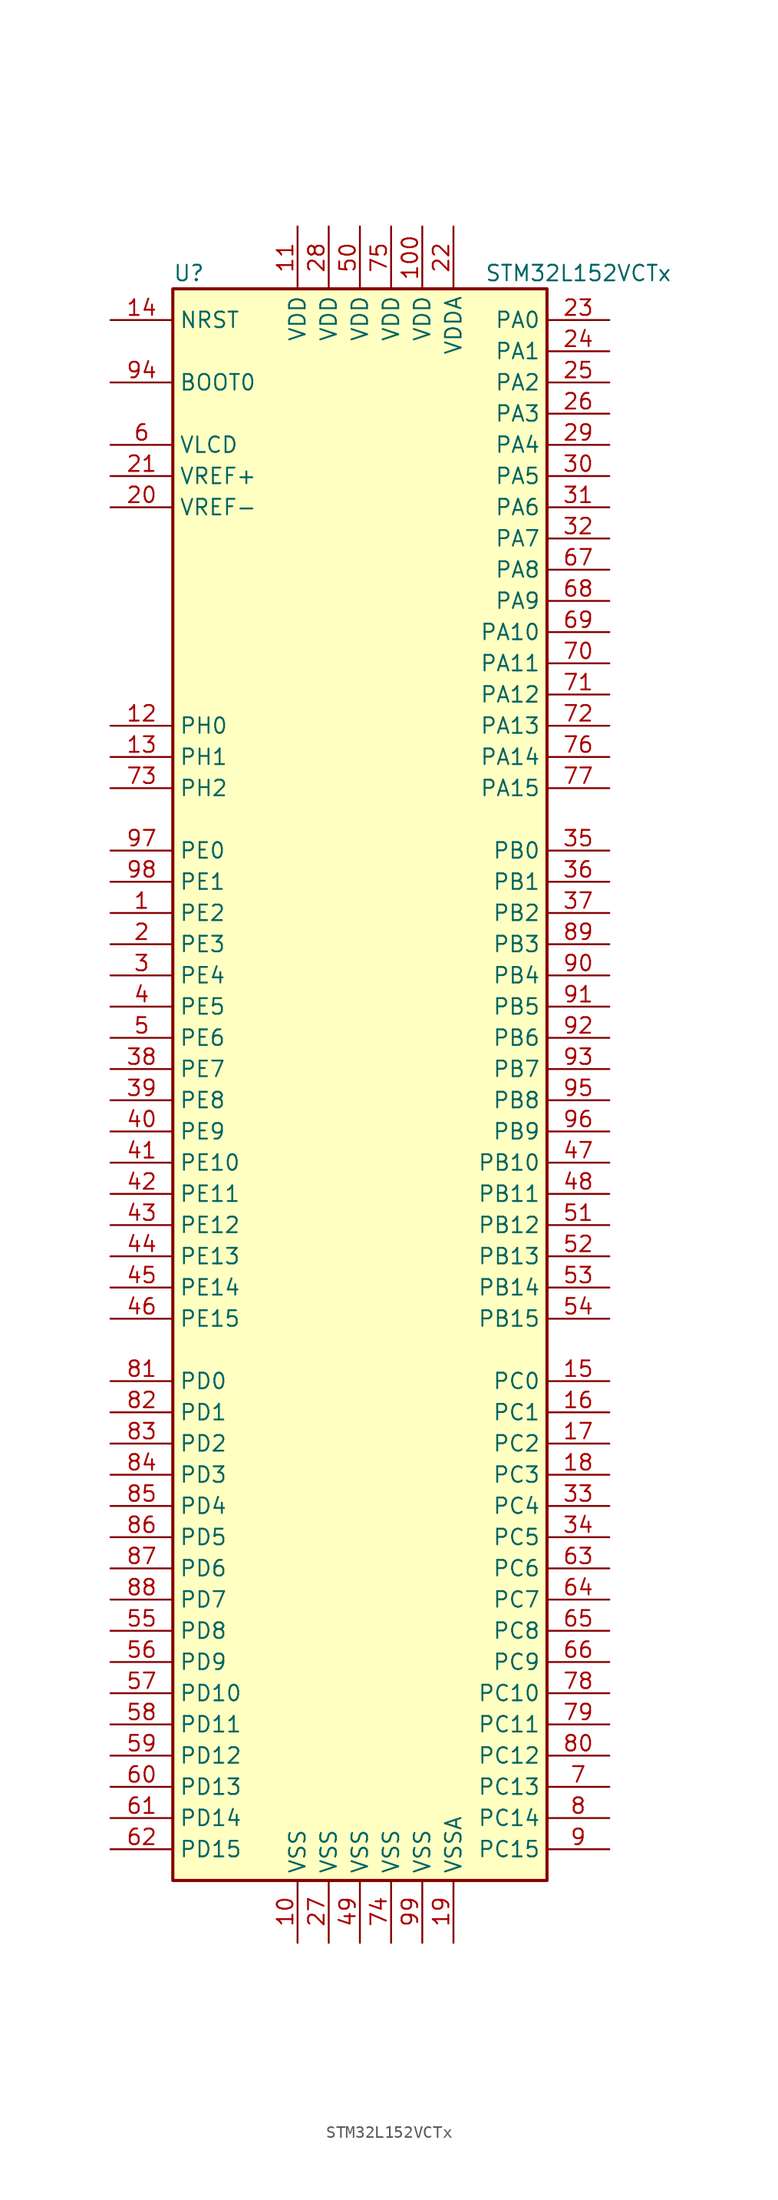
<source format=kicad_sym>
(kicad_symbol_lib
  (version 20201005)
  (generator kicad_symbol_editor)
  (symbol "MCU_ST_STM32L1:STM32L152VCTx"
    (property "Reference" "U"
      (at -15.24 64.77 0)
      (effects (font (size 1.27 1.27)) (justify left)))
    (property "Value" "STM32L152VCTx"
      (at 10.16 64.77 0)
      (effects (font (size 1.27 1.27)) (justify left)))
    (symbol "STM32L152VCTx_0_1"
      (rectangle (start -15.24 -66.04) (end 15.24 63.5) (stroke (width 0.254)) (fill (type background))))
    (symbol "STM32L152VCTx_1_1"
      (pin input line (at -20.32 55.88 0) (length 5.08) (name "BOOT0" (effects (font (size 1.27 1.27)))) (number "94" (effects (font (size 1.27 1.27)))))
      (pin input line (at -20.32 60.96 0) (length 5.08) (name "NRST" (effects (font (size 1.27 1.27)))) (number "14" (effects (font (size 1.27 1.27)))))
      (pin bidirectional line (at 20.32 60.96 180) (length 5.08) (name "PA0" (effects (font (size 1.27 1.27)))) (number "23" (effects (font (size 1.27 1.27)))))
      (pin bidirectional line (at 20.32 58.42 180) (length 5.08) (name "PA1" (effects (font (size 1.27 1.27)))) (number "24" (effects (font (size 1.27 1.27)))))
      (pin bidirectional line (at 20.32 35.56 180) (length 5.08) (name "PA10" (effects (font (size 1.27 1.27)))) (number "69" (effects (font (size 1.27 1.27)))))
      (pin bidirectional line (at 20.32 33.02 180) (length 5.08) (name "PA11" (effects (font (size 1.27 1.27)))) (number "70" (effects (font (size 1.27 1.27)))))
      (pin bidirectional line (at 20.32 30.48 180) (length 5.08) (name "PA12" (effects (font (size 1.27 1.27)))) (number "71" (effects (font (size 1.27 1.27)))))
      (pin bidirectional line (at 20.32 27.94 180) (length 5.08) (name "PA13" (effects (font (size 1.27 1.27)))) (number "72" (effects (font (size 1.27 1.27)))))
      (pin bidirectional line (at 20.32 25.4 180) (length 5.08) (name "PA14" (effects (font (size 1.27 1.27)))) (number "76" (effects (font (size 1.27 1.27)))))
      (pin bidirectional line (at 20.32 22.86 180) (length 5.08) (name "PA15" (effects (font (size 1.27 1.27)))) (number "77" (effects (font (size 1.27 1.27)))))
      (pin bidirectional line (at 20.32 55.88 180) (length 5.08) (name "PA2" (effects (font (size 1.27 1.27)))) (number "25" (effects (font (size 1.27 1.27)))))
      (pin bidirectional line (at 20.32 53.34 180) (length 5.08) (name "PA3" (effects (font (size 1.27 1.27)))) (number "26" (effects (font (size 1.27 1.27)))))
      (pin bidirectional line (at 20.32 50.8 180) (length 5.08) (name "PA4" (effects (font (size 1.27 1.27)))) (number "29" (effects (font (size 1.27 1.27)))))
      (pin bidirectional line (at 20.32 48.26 180) (length 5.08) (name "PA5" (effects (font (size 1.27 1.27)))) (number "30" (effects (font (size 1.27 1.27)))))
      (pin bidirectional line (at 20.32 45.72 180) (length 5.08) (name "PA6" (effects (font (size 1.27 1.27)))) (number "31" (effects (font (size 1.27 1.27)))))
      (pin bidirectional line (at 20.32 43.18 180) (length 5.08) (name "PA7" (effects (font (size 1.27 1.27)))) (number "32" (effects (font (size 1.27 1.27)))))
      (pin bidirectional line (at 20.32 40.64 180) (length 5.08) (name "PA8" (effects (font (size 1.27 1.27)))) (number "67" (effects (font (size 1.27 1.27)))))
      (pin bidirectional line (at 20.32 38.1 180) (length 5.08) (name "PA9" (effects (font (size 1.27 1.27)))) (number "68" (effects (font (size 1.27 1.27)))))
      (pin bidirectional line (at 20.32 17.78 180) (length 5.08) (name "PB0" (effects (font (size 1.27 1.27)))) (number "35" (effects (font (size 1.27 1.27)))))
      (pin bidirectional line (at 20.32 15.24 180) (length 5.08) (name "PB1" (effects (font (size 1.27 1.27)))) (number "36" (effects (font (size 1.27 1.27)))))
      (pin bidirectional line (at 20.32 -7.62 180) (length 5.08) (name "PB10" (effects (font (size 1.27 1.27)))) (number "47" (effects (font (size 1.27 1.27)))))
      (pin bidirectional line (at 20.32 -10.16 180) (length 5.08) (name "PB11" (effects (font (size 1.27 1.27)))) (number "48" (effects (font (size 1.27 1.27)))))
      (pin bidirectional line (at 20.32 -12.7 180) (length 5.08) (name "PB12" (effects (font (size 1.27 1.27)))) (number "51" (effects (font (size 1.27 1.27)))))
      (pin bidirectional line (at 20.32 -15.24 180) (length 5.08) (name "PB13" (effects (font (size 1.27 1.27)))) (number "52" (effects (font (size 1.27 1.27)))))
      (pin bidirectional line (at 20.32 -17.78 180) (length 5.08) (name "PB14" (effects (font (size 1.27 1.27)))) (number "53" (effects (font (size 1.27 1.27)))))
      (pin bidirectional line (at 20.32 -20.32 180) (length 5.08) (name "PB15" (effects (font (size 1.27 1.27)))) (number "54" (effects (font (size 1.27 1.27)))))
      (pin bidirectional line (at 20.32 12.7 180) (length 5.08) (name "PB2" (effects (font (size 1.27 1.27)))) (number "37" (effects (font (size 1.27 1.27)))))
      (pin bidirectional line (at 20.32 10.16 180) (length 5.08) (name "PB3" (effects (font (size 1.27 1.27)))) (number "89" (effects (font (size 1.27 1.27)))))
      (pin bidirectional line (at 20.32 7.62 180) (length 5.08) (name "PB4" (effects (font (size 1.27 1.27)))) (number "90" (effects (font (size 1.27 1.27)))))
      (pin bidirectional line (at 20.32 5.08 180) (length 5.08) (name "PB5" (effects (font (size 1.27 1.27)))) (number "91" (effects (font (size 1.27 1.27)))))
      (pin bidirectional line (at 20.32 2.54 180) (length 5.08) (name "PB6" (effects (font (size 1.27 1.27)))) (number "92" (effects (font (size 1.27 1.27)))))
      (pin bidirectional line (at 20.32 0 180) (length 5.08) (name "PB7" (effects (font (size 1.27 1.27)))) (number "93" (effects (font (size 1.27 1.27)))))
      (pin bidirectional line (at 20.32 -2.54 180) (length 5.08) (name "PB8" (effects (font (size 1.27 1.27)))) (number "95" (effects (font (size 1.27 1.27)))))
      (pin bidirectional line (at 20.32 -5.08 180) (length 5.08) (name "PB9" (effects (font (size 1.27 1.27)))) (number "96" (effects (font (size 1.27 1.27)))))
      (pin bidirectional line (at 20.32 -25.4 180) (length 5.08) (name "PC0" (effects (font (size 1.27 1.27)))) (number "15" (effects (font (size 1.27 1.27)))))
      (pin bidirectional line (at 20.32 -27.94 180) (length 5.08) (name "PC1" (effects (font (size 1.27 1.27)))) (number "16" (effects (font (size 1.27 1.27)))))
      (pin bidirectional line (at 20.32 -50.8 180) (length 5.08) (name "PC10" (effects (font (size 1.27 1.27)))) (number "78" (effects (font (size 1.27 1.27)))))
      (pin bidirectional line (at 20.32 -53.34 180) (length 5.08) (name "PC11" (effects (font (size 1.27 1.27)))) (number "79" (effects (font (size 1.27 1.27)))))
      (pin bidirectional line (at 20.32 -55.88 180) (length 5.08) (name "PC12" (effects (font (size 1.27 1.27)))) (number "80" (effects (font (size 1.27 1.27)))))
      (pin bidirectional line (at 20.32 -58.42 180) (length 5.08) (name "PC13" (effects (font (size 1.27 1.27)))) (number "7" (effects (font (size 1.27 1.27)))))
      (pin bidirectional line (at 20.32 -60.96 180) (length 5.08) (name "PC14" (effects (font (size 1.27 1.27)))) (number "8" (effects (font (size 1.27 1.27)))))
      (pin bidirectional line (at 20.32 -63.5 180) (length 5.08) (name "PC15" (effects (font (size 1.27 1.27)))) (number "9" (effects (font (size 1.27 1.27)))))
      (pin bidirectional line (at 20.32 -30.48 180) (length 5.08) (name "PC2" (effects (font (size 1.27 1.27)))) (number "17" (effects (font (size 1.27 1.27)))))
      (pin bidirectional line (at 20.32 -33.02 180) (length 5.08) (name "PC3" (effects (font (size 1.27 1.27)))) (number "18" (effects (font (size 1.27 1.27)))))
      (pin bidirectional line (at 20.32 -35.56 180) (length 5.08) (name "PC4" (effects (font (size 1.27 1.27)))) (number "33" (effects (font (size 1.27 1.27)))))
      (pin bidirectional line (at 20.32 -38.1 180) (length 5.08) (name "PC5" (effects (font (size 1.27 1.27)))) (number "34" (effects (font (size 1.27 1.27)))))
      (pin bidirectional line (at 20.32 -40.64 180) (length 5.08) (name "PC6" (effects (font (size 1.27 1.27)))) (number "63" (effects (font (size 1.27 1.27)))))
      (pin bidirectional line (at 20.32 -43.18 180) (length 5.08) (name "PC7" (effects (font (size 1.27 1.27)))) (number "64" (effects (font (size 1.27 1.27)))))
      (pin bidirectional line (at 20.32 -45.72 180) (length 5.08) (name "PC8" (effects (font (size 1.27 1.27)))) (number "65" (effects (font (size 1.27 1.27)))))
      (pin bidirectional line (at 20.32 -48.26 180) (length 5.08) (name "PC9" (effects (font (size 1.27 1.27)))) (number "66" (effects (font (size 1.27 1.27)))))
      (pin bidirectional line (at -20.32 -25.4 0) (length 5.08) (name "PD0" (effects (font (size 1.27 1.27)))) (number "81" (effects (font (size 1.27 1.27)))))
      (pin bidirectional line (at -20.32 -27.94 0) (length 5.08) (name "PD1" (effects (font (size 1.27 1.27)))) (number "82" (effects (font (size 1.27 1.27)))))
      (pin bidirectional line (at -20.32 -50.8 0) (length 5.08) (name "PD10" (effects (font (size 1.27 1.27)))) (number "57" (effects (font (size 1.27 1.27)))))
      (pin bidirectional line (at -20.32 -53.34 0) (length 5.08) (name "PD11" (effects (font (size 1.27 1.27)))) (number "58" (effects (font (size 1.27 1.27)))))
      (pin bidirectional line (at -20.32 -55.88 0) (length 5.08) (name "PD12" (effects (font (size 1.27 1.27)))) (number "59" (effects (font (size 1.27 1.27)))))
      (pin bidirectional line (at -20.32 -58.42 0) (length 5.08) (name "PD13" (effects (font (size 1.27 1.27)))) (number "60" (effects (font (size 1.27 1.27)))))
      (pin bidirectional line (at -20.32 -60.96 0) (length 5.08) (name "PD14" (effects (font (size 1.27 1.27)))) (number "61" (effects (font (size 1.27 1.27)))))
      (pin bidirectional line (at -20.32 -63.5 0) (length 5.08) (name "PD15" (effects (font (size 1.27 1.27)))) (number "62" (effects (font (size 1.27 1.27)))))
      (pin bidirectional line (at -20.32 -30.48 0) (length 5.08) (name "PD2" (effects (font (size 1.27 1.27)))) (number "83" (effects (font (size 1.27 1.27)))))
      (pin bidirectional line (at -20.32 -33.02 0) (length 5.08) (name "PD3" (effects (font (size 1.27 1.27)))) (number "84" (effects (font (size 1.27 1.27)))))
      (pin bidirectional line (at -20.32 -35.56 0) (length 5.08) (name "PD4" (effects (font (size 1.27 1.27)))) (number "85" (effects (font (size 1.27 1.27)))))
      (pin bidirectional line (at -20.32 -38.1 0) (length 5.08) (name "PD5" (effects (font (size 1.27 1.27)))) (number "86" (effects (font (size 1.27 1.27)))))
      (pin bidirectional line (at -20.32 -40.64 0) (length 5.08) (name "PD6" (effects (font (size 1.27 1.27)))) (number "87" (effects (font (size 1.27 1.27)))))
      (pin bidirectional line (at -20.32 -43.18 0) (length 5.08) (name "PD7" (effects (font (size 1.27 1.27)))) (number "88" (effects (font (size 1.27 1.27)))))
      (pin bidirectional line (at -20.32 -45.72 0) (length 5.08) (name "PD8" (effects (font (size 1.27 1.27)))) (number "55" (effects (font (size 1.27 1.27)))))
      (pin bidirectional line (at -20.32 -48.26 0) (length 5.08) (name "PD9" (effects (font (size 1.27 1.27)))) (number "56" (effects (font (size 1.27 1.27)))))
      (pin bidirectional line (at -20.32 17.78 0) (length 5.08) (name "PE0" (effects (font (size 1.27 1.27)))) (number "97" (effects (font (size 1.27 1.27)))))
      (pin bidirectional line (at -20.32 15.24 0) (length 5.08) (name "PE1" (effects (font (size 1.27 1.27)))) (number "98" (effects (font (size 1.27 1.27)))))
      (pin bidirectional line (at -20.32 -7.62 0) (length 5.08) (name "PE10" (effects (font (size 1.27 1.27)))) (number "41" (effects (font (size 1.27 1.27)))))
      (pin bidirectional line (at -20.32 -10.16 0) (length 5.08) (name "PE11" (effects (font (size 1.27 1.27)))) (number "42" (effects (font (size 1.27 1.27)))))
      (pin bidirectional line (at -20.32 -12.7 0) (length 5.08) (name "PE12" (effects (font (size 1.27 1.27)))) (number "43" (effects (font (size 1.27 1.27)))))
      (pin bidirectional line (at -20.32 -15.24 0) (length 5.08) (name "PE13" (effects (font (size 1.27 1.27)))) (number "44" (effects (font (size 1.27 1.27)))))
      (pin bidirectional line (at -20.32 -17.78 0) (length 5.08) (name "PE14" (effects (font (size 1.27 1.27)))) (number "45" (effects (font (size 1.27 1.27)))))
      (pin bidirectional line (at -20.32 -20.32 0) (length 5.08) (name "PE15" (effects (font (size 1.27 1.27)))) (number "46" (effects (font (size 1.27 1.27)))))
      (pin bidirectional line (at -20.32 12.7 0) (length 5.08) (name "PE2" (effects (font (size 1.27 1.27)))) (number "1" (effects (font (size 1.27 1.27)))))
      (pin bidirectional line (at -20.32 10.16 0) (length 5.08) (name "PE3" (effects (font (size 1.27 1.27)))) (number "2" (effects (font (size 1.27 1.27)))))
      (pin bidirectional line (at -20.32 7.62 0) (length 5.08) (name "PE4" (effects (font (size 1.27 1.27)))) (number "3" (effects (font (size 1.27 1.27)))))
      (pin bidirectional line (at -20.32 5.08 0) (length 5.08) (name "PE5" (effects (font (size 1.27 1.27)))) (number "4" (effects (font (size 1.27 1.27)))))
      (pin bidirectional line (at -20.32 2.54 0) (length 5.08) (name "PE6" (effects (font (size 1.27 1.27)))) (number "5" (effects (font (size 1.27 1.27)))))
      (pin bidirectional line (at -20.32 0 0) (length 5.08) (name "PE7" (effects (font (size 1.27 1.27)))) (number "38" (effects (font (size 1.27 1.27)))))
      (pin bidirectional line (at -20.32 -2.54 0) (length 5.08) (name "PE8" (effects (font (size 1.27 1.27)))) (number "39" (effects (font (size 1.27 1.27)))))
      (pin bidirectional line (at -20.32 -5.08 0) (length 5.08) (name "PE9" (effects (font (size 1.27 1.27)))) (number "40" (effects (font (size 1.27 1.27)))))
      (pin input line (at -20.32 27.94 0) (length 5.08) (name "PH0" (effects (font (size 1.27 1.27)))) (number "12" (effects (font (size 1.27 1.27)))))
      (pin input line (at -20.32 25.4 0) (length 5.08) (name "PH1" (effects (font (size 1.27 1.27)))) (number "13" (effects (font (size 1.27 1.27)))))
      (pin bidirectional line (at -20.32 22.86 0) (length 5.08) (name "PH2" (effects (font (size 1.27 1.27)))) (number "73" (effects (font (size 1.27 1.27)))))
      (pin power_in line (at 5.08 68.58 270) (length 5.08) (name "VDD" (effects (font (size 1.27 1.27)))) (number "100" (effects (font (size 1.27 1.27)))))
      (pin power_in line (at -5.08 68.58 270) (length 5.08) (name "VDD" (effects (font (size 1.27 1.27)))) (number "11" (effects (font (size 1.27 1.27)))))
      (pin power_in line (at -2.54 68.58 270) (length 5.08) (name "VDD" (effects (font (size 1.27 1.27)))) (number "28" (effects (font (size 1.27 1.27)))))
      (pin power_in line (at 0 68.58 270) (length 5.08) (name "VDD" (effects (font (size 1.27 1.27)))) (number "50" (effects (font (size 1.27 1.27)))))
      (pin power_in line (at 2.54 68.58 270) (length 5.08) (name "VDD" (effects (font (size 1.27 1.27)))) (number "75" (effects (font (size 1.27 1.27)))))
      (pin power_in line (at 7.62 68.58 270) (length 5.08) (name "VDDA" (effects (font (size 1.27 1.27)))) (number "22" (effects (font (size 1.27 1.27)))))
      (pin power_in line (at -20.32 50.8 0) (length 5.08) (name "VLCD" (effects (font (size 1.27 1.27)))) (number "6" (effects (font (size 1.27 1.27)))))
      (pin power_in line (at -20.32 48.26 0) (length 5.08) (name "VREF+" (effects (font (size 1.27 1.27)))) (number "21" (effects (font (size 1.27 1.27)))))
      (pin power_in line (at -20.32 45.72 0) (length 5.08) (name "VREF-" (effects (font (size 1.27 1.27)))) (number "20" (effects (font (size 1.27 1.27)))))
      (pin power_in line (at -5.08 -71.12 90) (length 5.08) (name "VSS" (effects (font (size 1.27 1.27)))) (number "10" (effects (font (size 1.27 1.27)))))
      (pin power_in line (at -2.54 -71.12 90) (length 5.08) (name "VSS" (effects (font (size 1.27 1.27)))) (number "27" (effects (font (size 1.27 1.27)))))
      (pin power_in line (at 0 -71.12 90) (length 5.08) (name "VSS" (effects (font (size 1.27 1.27)))) (number "49" (effects (font (size 1.27 1.27)))))
      (pin power_in line (at 2.54 -71.12 90) (length 5.08) (name "VSS" (effects (font (size 1.27 1.27)))) (number "74" (effects (font (size 1.27 1.27)))))
      (pin power_in line (at 5.08 -71.12 90) (length 5.08) (name "VSS" (effects (font (size 1.27 1.27)))) (number "99" (effects (font (size 1.27 1.27)))))
      (pin power_in line (at 7.62 -71.12 90) (length 5.08) (name "VSSA" (effects (font (size 1.27 1.27)))) (number "19" (effects (font (size 1.27 1.27))))))))
</source>
